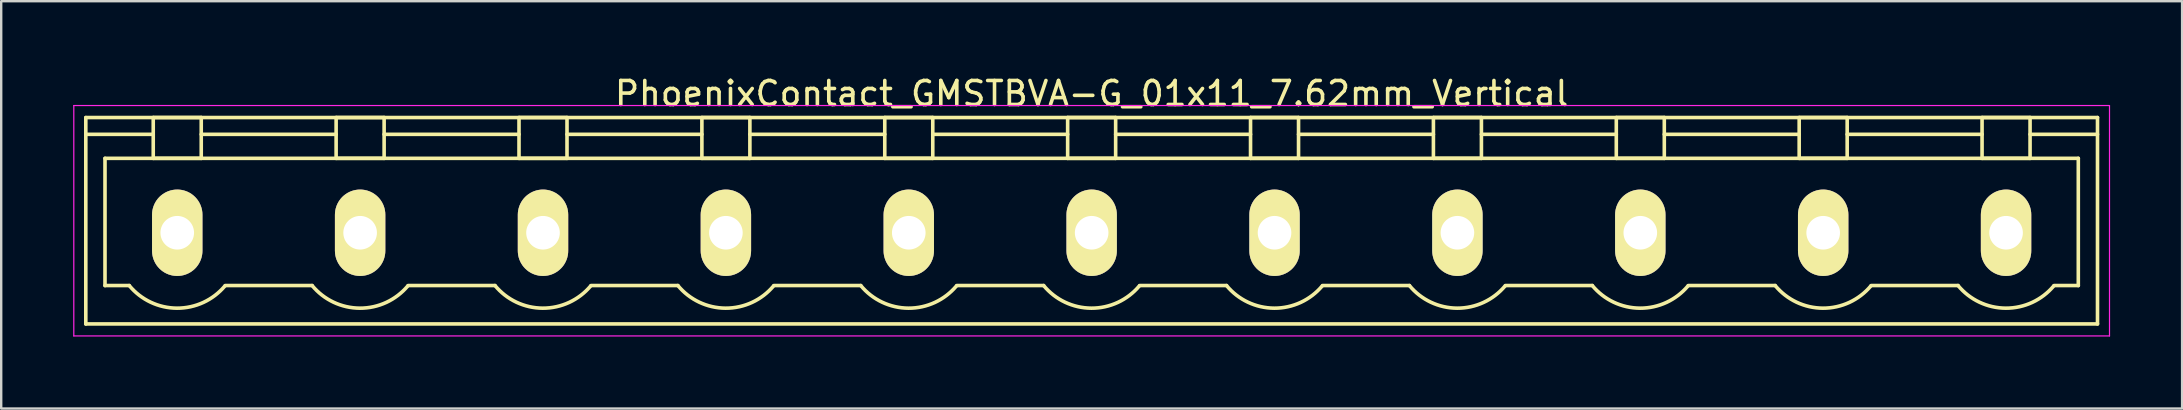
<source format=kicad_pcb>
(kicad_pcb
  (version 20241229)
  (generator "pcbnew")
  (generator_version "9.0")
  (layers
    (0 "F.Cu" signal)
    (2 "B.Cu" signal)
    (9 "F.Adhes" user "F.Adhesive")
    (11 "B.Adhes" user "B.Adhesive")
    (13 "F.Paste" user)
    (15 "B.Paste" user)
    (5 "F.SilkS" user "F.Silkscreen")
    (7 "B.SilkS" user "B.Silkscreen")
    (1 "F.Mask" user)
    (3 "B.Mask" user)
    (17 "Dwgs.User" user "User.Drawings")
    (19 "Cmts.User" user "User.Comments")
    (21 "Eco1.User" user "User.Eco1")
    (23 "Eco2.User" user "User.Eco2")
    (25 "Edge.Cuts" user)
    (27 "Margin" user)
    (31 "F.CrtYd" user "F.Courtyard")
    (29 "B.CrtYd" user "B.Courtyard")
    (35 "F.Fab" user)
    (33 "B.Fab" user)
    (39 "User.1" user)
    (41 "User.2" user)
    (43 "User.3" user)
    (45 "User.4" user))
  (footprint "PhoenixContact_GMSTBVA-G_01x11_7.62mm_Vertical"
    (layer "F.Cu")
    (at 4.335 6.648)
    (property "Reference" "PhoenixContact_GMSTBVA-G_01x11_7.62mm_Vertical" (at 38.1 -5.8 0) (layer "F.SilkS") (effects (font (size 1 1) (thickness 0.15))))
    (attr through_hole)
    (fp_line (start -3.81 -4.8) (end -3.81 3.8) (stroke (width 0.15) (type solid)) (layer "F.SilkS"))
    (fp_line (start -3.81 -4.1) (end -1 -4.1) (stroke (width 0.15) (type solid)) (layer "F.SilkS"))
    (fp_line (start -3.81 3.8) (end 80.01 3.8) (stroke (width 0.15) (type solid)) (layer "F.SilkS"))
    (fp_line (start -3.01 -3.1) (end 79.21 -3.1) (stroke (width 0.15) (type solid)) (layer "F.SilkS"))
    (fp_line (start -3.01 2.2) (end -3.01 -3.1) (stroke (width 0.15) (type solid)) (layer "F.SilkS"))
    (fp_line (start -2 2.2) (end -3.01 2.2) (stroke (width 0.15) (type solid)) (layer "F.SilkS"))
    (fp_line (start -1 -4.8) (end 1 -4.8) (stroke (width 0.15) (type solid)) (layer "F.SilkS"))
    (fp_line (start -1 -3.1) (end -1 -4.8) (stroke (width 0.15) (type solid)) (layer "F.SilkS"))
    (fp_line (start 1 -4.8) (end 1 -3.1) (stroke (width 0.15) (type solid)) (layer "F.SilkS"))
    (fp_line (start 1 -4.1) (end 6.62 -4.1) (stroke (width 0.15) (type solid)) (layer "F.SilkS"))
    (fp_line (start 1 -3.1) (end -1 -3.1) (stroke (width 0.15) (type solid)) (layer "F.SilkS"))
    (fp_line (start 2 2.2) (end 5.62 2.2) (stroke (width 0.15) (type solid)) (layer "F.SilkS"))
    (fp_line (start 6.62 -4.8) (end 8.62 -4.8) (stroke (width 0.15) (type solid)) (layer "F.SilkS"))
    (fp_line (start 6.62 -3.1) (end 6.62 -4.8) (stroke (width 0.15) (type solid)) (layer "F.SilkS"))
    (fp_line (start 8.62 -4.8) (end 8.62 -3.1) (stroke (width 0.15) (type solid)) (layer "F.SilkS"))
    (fp_line (start 8.62 -4.1) (end 14.24 -4.1) (stroke (width 0.15) (type solid)) (layer "F.SilkS"))
    (fp_line (start 8.62 -3.1) (end 6.62 -3.1) (stroke (width 0.15) (type solid)) (layer "F.SilkS"))
    (fp_line (start 9.62 2.2) (end 13.24 2.2) (stroke (width 0.15) (type solid)) (layer "F.SilkS"))
    (fp_line (start 14.24 -4.8) (end 16.24 -4.8) (stroke (width 0.15) (type solid)) (layer "F.SilkS"))
    (fp_line (start 14.24 -3.1) (end 14.24 -4.8) (stroke (width 0.15) (type solid)) (layer "F.SilkS"))
    (fp_line (start 16.24 -4.8) (end 16.24 -3.1) (stroke (width 0.15) (type solid)) (layer "F.SilkS"))
    (fp_line (start 16.24 -4.1) (end 21.86 -4.1) (stroke (width 0.15) (type solid)) (layer "F.SilkS"))
    (fp_line (start 16.24 -3.1) (end 14.24 -3.1) (stroke (width 0.15) (type solid)) (layer "F.SilkS"))
    (fp_line (start 17.24 2.2) (end 20.86 2.2) (stroke (width 0.15) (type solid)) (layer "F.SilkS"))
    (fp_line (start 21.86 -4.8) (end 23.86 -4.8) (stroke (width 0.15) (type solid)) (layer "F.SilkS"))
    (fp_line (start 21.86 -3.1) (end 21.86 -4.8) (stroke (width 0.15) (type solid)) (layer "F.SilkS"))
    (fp_line (start 23.86 -4.8) (end 23.86 -3.1) (stroke (width 0.15) (type solid)) (layer "F.SilkS"))
    (fp_line (start 23.86 -4.1) (end 29.48 -4.1) (stroke (width 0.15) (type solid)) (layer "F.SilkS"))
    (fp_line (start 23.86 -3.1) (end 21.86 -3.1) (stroke (width 0.15) (type solid)) (layer "F.SilkS"))
    (fp_line (start 24.86 2.2) (end 28.48 2.2) (stroke (width 0.15) (type solid)) (layer "F.SilkS"))
    (fp_line (start 29.48 -4.8) (end 31.48 -4.8) (stroke (width 0.15) (type solid)) (layer "F.SilkS"))
    (fp_line (start 29.48 -3.1) (end 29.48 -4.8) (stroke (width 0.15) (type solid)) (layer "F.SilkS"))
    (fp_line (start 31.48 -4.8) (end 31.48 -3.1) (stroke (width 0.15) (type solid)) (layer "F.SilkS"))
    (fp_line (start 31.48 -4.1) (end 37.1 -4.1) (stroke (width 0.15) (type solid)) (layer "F.SilkS"))
    (fp_line (start 31.48 -3.1) (end 29.48 -3.1) (stroke (width 0.15) (type solid)) (layer "F.SilkS"))
    (fp_line (start 32.48 2.2) (end 36.1 2.2) (stroke (width 0.15) (type solid)) (layer "F.SilkS"))
    (fp_line (start 37.1 -4.8) (end 39.1 -4.8) (stroke (width 0.15) (type solid)) (layer "F.SilkS"))
    (fp_line (start 37.1 -3.1) (end 37.1 -4.8) (stroke (width 0.15) (type solid)) (layer "F.SilkS"))
    (fp_line (start 39.1 -4.8) (end 39.1 -3.1) (stroke (width 0.15) (type solid)) (layer "F.SilkS"))
    (fp_line (start 39.1 -4.1) (end 44.72 -4.1) (stroke (width 0.15) (type solid)) (layer "F.SilkS"))
    (fp_line (start 39.1 -3.1) (end 37.1 -3.1) (stroke (width 0.15) (type solid)) (layer "F.SilkS"))
    (fp_line (start 40.1 2.2) (end 43.72 2.2) (stroke (width 0.15) (type solid)) (layer "F.SilkS"))
    (fp_line (start 44.72 -4.8) (end 46.72 -4.8) (stroke (width 0.15) (type solid)) (layer "F.SilkS"))
    (fp_line (start 44.72 -3.1) (end 44.72 -4.8) (stroke (width 0.15) (type solid)) (layer "F.SilkS"))
    (fp_line (start 46.72 -4.8) (end 46.72 -3.1) (stroke (width 0.15) (type solid)) (layer "F.SilkS"))
    (fp_line (start 46.72 -4.1) (end 52.34 -4.1) (stroke (width 0.15) (type solid)) (layer "F.SilkS"))
    (fp_line (start 46.72 -3.1) (end 44.72 -3.1) (stroke (width 0.15) (type solid)) (layer "F.SilkS"))
    (fp_line (start 47.72 2.2) (end 51.34 2.2) (stroke (width 0.15) (type solid)) (layer "F.SilkS"))
    (fp_line (start 52.34 -4.8) (end 54.34 -4.8) (stroke (width 0.15) (type solid)) (layer "F.SilkS"))
    (fp_line (start 52.34 -3.1) (end 52.34 -4.8) (stroke (width 0.15) (type solid)) (layer "F.SilkS"))
    (fp_line (start 54.34 -4.8) (end 54.34 -3.1) (stroke (width 0.15) (type solid)) (layer "F.SilkS"))
    (fp_line (start 54.34 -4.1) (end 59.96 -4.1) (stroke (width 0.15) (type solid)) (layer "F.SilkS"))
    (fp_line (start 54.34 -3.1) (end 52.34 -3.1) (stroke (width 0.15) (type solid)) (layer "F.SilkS"))
    (fp_line (start 55.34 2.2) (end 58.96 2.2) (stroke (width 0.15) (type solid)) (layer "F.SilkS"))
    (fp_line (start 59.96 -4.8) (end 61.96 -4.8) (stroke (width 0.15) (type solid)) (layer "F.SilkS"))
    (fp_line (start 59.96 -3.1) (end 59.96 -4.8) (stroke (width 0.15) (type solid)) (layer "F.SilkS"))
    (fp_line (start 61.96 -4.8) (end 61.96 -3.1) (stroke (width 0.15) (type solid)) (layer "F.SilkS"))
    (fp_line (start 61.96 -4.1) (end 67.58 -4.1) (stroke (width 0.15) (type solid)) (layer "F.SilkS"))
    (fp_line (start 61.96 -3.1) (end 59.96 -3.1) (stroke (width 0.15) (type solid)) (layer "F.SilkS"))
    (fp_line (start 62.96 2.2) (end 66.58 2.2) (stroke (width 0.15) (type solid)) (layer "F.SilkS"))
    (fp_line (start 67.58 -4.8) (end 69.58 -4.8) (stroke (width 0.15) (type solid)) (layer "F.SilkS"))
    (fp_line (start 67.58 -3.1) (end 67.58 -4.8) (stroke (width 0.15) (type solid)) (layer "F.SilkS"))
    (fp_line (start 69.58 -4.8) (end 69.58 -3.1) (stroke (width 0.15) (type solid)) (layer "F.SilkS"))
    (fp_line (start 69.58 -4.1) (end 75.2 -4.1) (stroke (width 0.15) (type solid)) (layer "F.SilkS"))
    (fp_line (start 69.58 -3.1) (end 67.58 -3.1) (stroke (width 0.15) (type solid)) (layer "F.SilkS"))
    (fp_line (start 70.58 2.2) (end 74.2 2.2) (stroke (width 0.15) (type solid)) (layer "F.SilkS"))
    (fp_line (start 75.2 -4.8) (end 77.2 -4.8) (stroke (width 0.15) (type solid)) (layer "F.SilkS"))
    (fp_line (start 75.2 -3.1) (end 75.2 -4.8) (stroke (width 0.15) (type solid)) (layer "F.SilkS"))
    (fp_line (start 77.2 -4.8) (end 77.2 -3.1) (stroke (width 0.15) (type solid)) (layer "F.SilkS"))
    (fp_line (start 77.2 -3.1) (end 75.2 -3.1) (stroke (width 0.15) (type solid)) (layer "F.SilkS"))
    (fp_line (start 79.21 -3.1) (end 79.21 2.2) (stroke (width 0.15) (type solid)) (layer "F.SilkS"))
    (fp_line (start 79.21 2.2) (end 78.2 2.2) (stroke (width 0.15) (type solid)) (layer "F.SilkS"))
    (fp_line (start 80.01 -4.8) (end -3.81 -4.8) (stroke (width 0.15) (type solid)) (layer "F.SilkS"))
    (fp_line (start 80.01 -4.1) (end 77.2 -4.1) (stroke (width 0.15) (type solid)) (layer "F.SilkS"))
    (fp_line (start 80.01 3.8) (end 80.01 -4.8) (stroke (width 0.15) (type solid)) (layer "F.SilkS"))
    (fp_arc (start 1.986842 2.215821) (mid -0.010289 3.142758) (end -2 2.2) (stroke (width 0.15) (type solid)) (layer "F.SilkS"))
    (fp_arc (start 9.606842 2.215821) (mid 7.609711 3.142758) (end 5.62 2.2) (stroke (width 0.15) (type solid)) (layer "F.SilkS"))
    (fp_arc (start 17.226842 2.215821) (mid 15.229711 3.142758) (end 13.24 2.2) (stroke (width 0.15) (type solid)) (layer "F.SilkS"))
    (fp_arc (start 24.846842 2.215821) (mid 22.849711 3.142758) (end 20.86 2.2) (stroke (width 0.15) (type solid)) (layer "F.SilkS"))
    (fp_arc (start 32.466842 2.215821) (mid 30.469711 3.142758) (end 28.48 2.2) (stroke (width 0.15) (type solid)) (layer "F.SilkS"))
    (fp_arc (start 40.086842 2.215821) (mid 38.089711 3.142758) (end 36.1 2.2) (stroke (width 0.15) (type solid)) (layer "F.SilkS"))
    (fp_arc (start 47.706842 2.215821) (mid 45.709711 3.142758) (end 43.72 2.2) (stroke (width 0.15) (type solid)) (layer "F.SilkS"))
    (fp_arc (start 55.326842 2.215821) (mid 53.329711 3.142758) (end 51.34 2.2) (stroke (width 0.15) (type solid)) (layer "F.SilkS"))
    (fp_arc (start 62.946842 2.215821) (mid 60.949711 3.142758) (end 58.96 2.2) (stroke (width 0.15) (type solid)) (layer "F.SilkS"))
    (fp_arc (start 70.566842 2.215821) (mid 68.569711 3.142758) (end 66.58 2.2) (stroke (width 0.15) (type solid)) (layer "F.SilkS"))
    (fp_arc (start 78.186842 2.215821) (mid 76.189711 3.142758) (end 74.2 2.2) (stroke (width 0.15) (type solid)) (layer "F.SilkS"))
    (fp_line (start -4.31 -5.3) (end -4.31 4.3) (stroke (width 0.05) (type solid)) (layer "F.CrtYd"))
    (fp_line (start -4.31 4.3) (end 80.51 4.3) (stroke (width 0.05) (type solid)) (layer "F.CrtYd"))
    (fp_line (start 80.51 -5.3) (end -4.31 -5.3) (stroke (width 0.05) (type solid)) (layer "F.CrtYd"))
    (fp_line (start 80.51 4.3) (end 80.51 -5.3) (stroke (width 0.05) (type solid)) (layer "F.CrtYd"))
    (pad "1" thru_hole oval (at 0 0) (size 2.1 3.6) (drill 1.4) (layers "*.Cu" "*.Mask" "F.SilkS"))
    (pad "2" thru_hole oval (at 7.62 0) (size 2.1 3.6) (drill 1.4) (layers "*.Cu" "*.Mask" "F.SilkS"))
    (pad "3" thru_hole oval (at 15.24 0) (size 2.1 3.6) (drill 1.4) (layers "*.Cu" "*.Mask" "F.SilkS"))
    (pad "4" thru_hole oval (at 22.86 0) (size 2.1 3.6) (drill 1.4) (layers "*.Cu" "*.Mask" "F.SilkS"))
    (pad "5" thru_hole oval (at 30.48 0) (size 2.1 3.6) (drill 1.4) (layers "*.Cu" "*.Mask" "F.SilkS"))
    (pad "6" thru_hole oval (at 38.1 0) (size 2.1 3.6) (drill 1.4) (layers "*.Cu" "*.Mask" "F.SilkS"))
    (pad "7" thru_hole oval (at 45.72 0) (size 2.1 3.6) (drill 1.4) (layers "*.Cu" "*.Mask" "F.SilkS"))
    (pad "8" thru_hole oval (at 53.34 0) (size 2.1 3.6) (drill 1.4) (layers "*.Cu" "*.Mask" "F.SilkS"))
    (pad "9" thru_hole oval (at 60.96 0) (size 2.1 3.6) (drill 1.4) (layers "*.Cu" "*.Mask" "F.SilkS"))
    (pad "10" thru_hole oval (at 68.58 0) (size 2.1 3.6) (drill 1.4) (layers "*.Cu" "*.Mask" "F.SilkS"))
    (pad "11" thru_hole oval (at 76.2 0) (size 2.1 3.6) (drill 1.4) (layers "*.Cu" "*.Mask" "F.SilkS")))
  (gr_rect
    (start -3 -3)
    (end 87.87 13.973)
    (stroke (width 0.1) (type default))
    (fill no)
    (layer "Edge.Cuts")))
</source>
